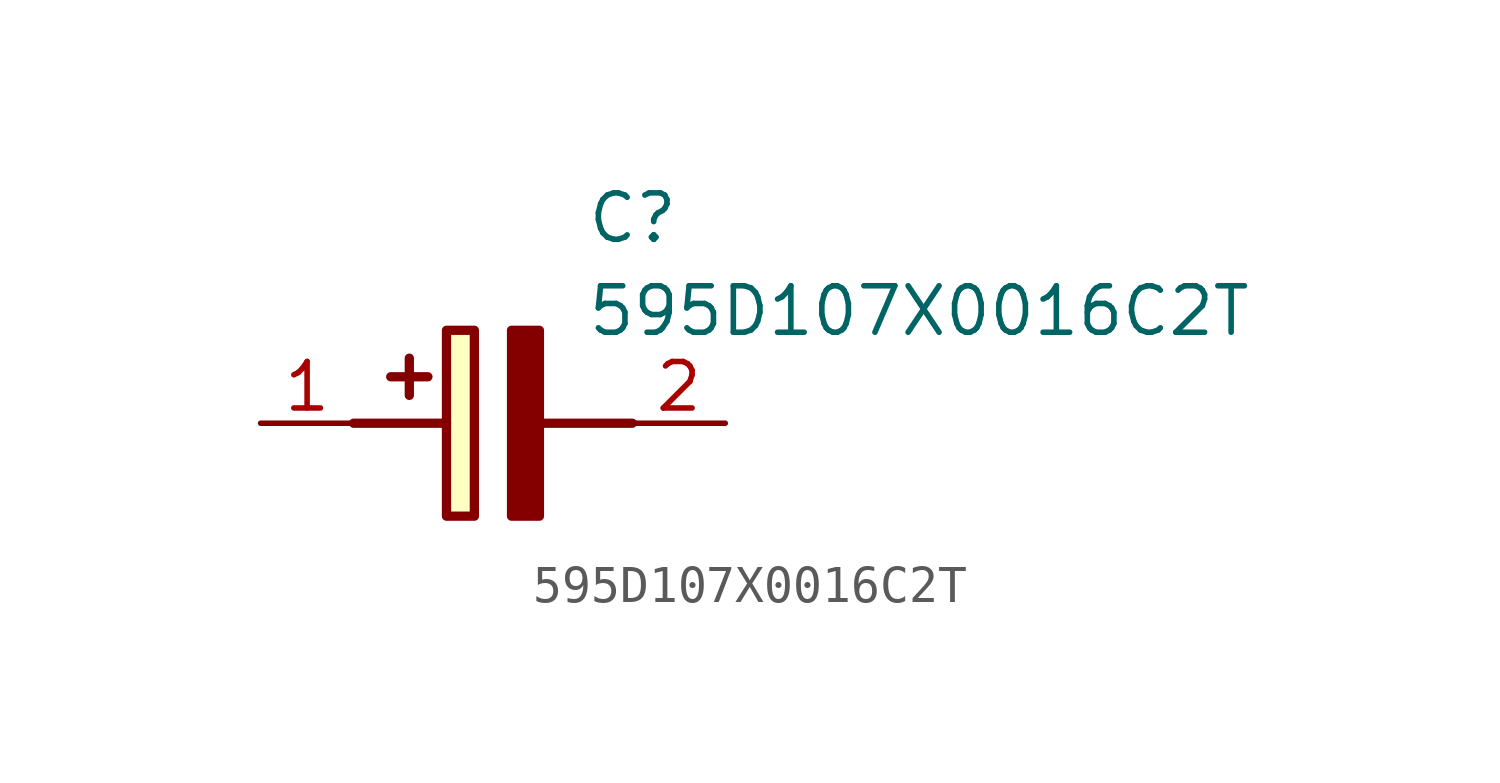
<source format=kicad_sym>
(kicad_symbol_lib
  (version 20211014)
  (generator SamacSys_ECAD_Model)
  (symbol "595D107X0016C2T"
    (pin_names hide)
    (property "Reference" "C"
      (at 8.89 6.35 0)
      (effects (font (size 1.27 1.27)) (justify left top)))
    (property "Value" "595D107X0016C2T"
      (at 8.89 3.81 0)
      (effects (font (size 1.27 1.27)) (justify left top)))
    (rectangle
      (start 5.08 2.54)
      (end 5.842 -2.54)
      (stroke (width 0.254) (type default))
      (fill (type background)))
    (polyline
      (pts (xy 4.572 1.27) (xy 3.556 1.27))
      (stroke (width 0.254) (type default))
      (fill (type none)))
    (polyline
      (pts (xy 4.064 1.778) (xy 4.064 0.762))
      (stroke (width 0.254) (type default))
      (fill (type none)))
    (polyline
      (pts (xy 2.54 0) (xy 5.08 0))
      (stroke (width 0.254) (type default))
      (fill (type none)))
    (polyline
      (pts (xy 7.62 0) (xy 10.16 0))
      (stroke (width 0.254) (type default))
      (fill (type none)))
    (polyline
      (pts (xy 7.62 2.54) (xy 7.62 -2.54) (xy 6.858 -2.54) (xy 6.858 2.54) (xy 7.62 2.54))
      (stroke (width 0.254) (type default))
      (fill (type outline)))
    (pin passive line
      (at 0 0 0)
      (length 2.54)
      (name "+" (effects (font (size 1.27 1.27))))
      (number "1" (effects (font (size 1.27 1.27)))))
    (pin passive line
      (at 12.7 0 180)
      (length 2.54)
      (name "-" (effects (font (size 1.27 1.27))))
      (number "2" (effects (font (size 1.27 1.27)))))))
</source>
